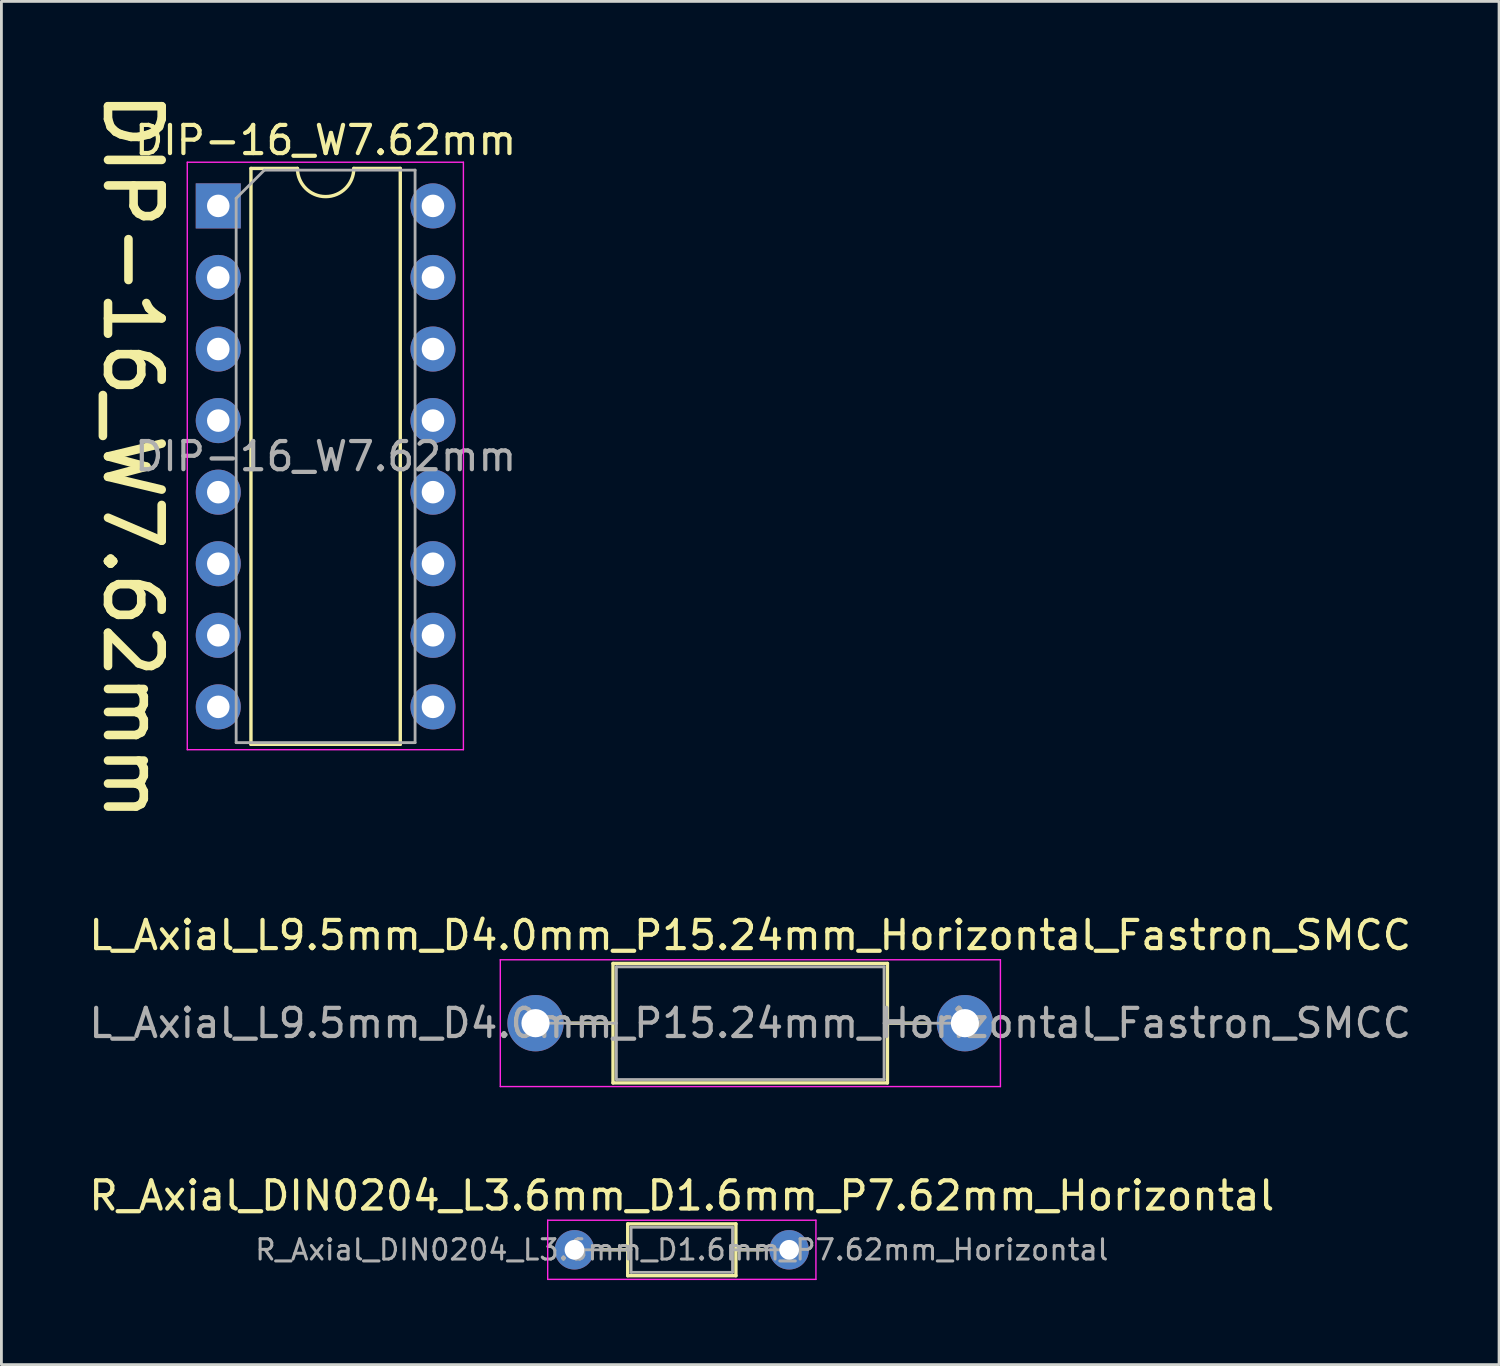
<source format=kicad_pcb>
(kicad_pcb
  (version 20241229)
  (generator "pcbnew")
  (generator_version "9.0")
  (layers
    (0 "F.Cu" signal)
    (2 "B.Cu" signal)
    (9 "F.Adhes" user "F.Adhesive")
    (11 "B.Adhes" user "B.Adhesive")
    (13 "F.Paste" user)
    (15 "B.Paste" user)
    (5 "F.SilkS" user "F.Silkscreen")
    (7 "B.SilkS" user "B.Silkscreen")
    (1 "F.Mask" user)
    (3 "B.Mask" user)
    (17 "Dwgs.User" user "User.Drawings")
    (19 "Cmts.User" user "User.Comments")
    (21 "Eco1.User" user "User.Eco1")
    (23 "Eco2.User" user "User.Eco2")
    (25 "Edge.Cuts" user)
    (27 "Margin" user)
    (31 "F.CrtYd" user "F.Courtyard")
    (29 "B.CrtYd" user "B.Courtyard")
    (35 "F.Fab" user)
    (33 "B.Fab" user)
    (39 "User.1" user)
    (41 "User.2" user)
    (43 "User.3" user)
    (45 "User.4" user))
  (footprint "DIP-16_W7.62mm"
    (layer "F.Cu")
    (at 4.697 4.258)
    (property "Reference" "DIP-16_W7.62mm" (at 3.81 -2.33 0) (layer "F.SilkS") (effects (font (size 1 1) (thickness 0.15))))
    (property "Value" "DIP-16_W7.62mm" (at 3.81 20.11 0) (layer "F.Fab") (hide yes) (effects (font (size 1 1) (thickness 0.15))))
    (attr through_hole)
    (fp_line (start 1.16 -1.33) (end 1.16 19.11) (stroke (width 0.12) (type solid)) (layer "F.SilkS"))
    (fp_line (start 1.16 19.11) (end 6.46 19.11) (stroke (width 0.12) (type solid)) (layer "F.SilkS"))
    (fp_line (start 2.81 -1.33) (end 1.16 -1.33) (stroke (width 0.12) (type solid)) (layer "F.SilkS"))
    (fp_line (start 6.46 -1.33) (end 4.81 -1.33) (stroke (width 0.12) (type solid)) (layer "F.SilkS"))
    (fp_line (start 6.46 19.11) (end 6.46 -1.33) (stroke (width 0.12) (type solid)) (layer "F.SilkS"))
    (fp_arc (start 4.81 -1.33) (mid 3.81 -0.33) (end 2.81 -1.33) (stroke (width 0.12) (type solid)) (layer "F.SilkS"))
    (fp_line (start -1.1 -1.55) (end -1.1 19.3) (stroke (width 0.05) (type solid)) (layer "F.CrtYd"))
    (fp_line (start -1.1 19.3) (end 8.7 19.3) (stroke (width 0.05) (type solid)) (layer "F.CrtYd"))
    (fp_line (start 8.7 -1.55) (end -1.1 -1.55) (stroke (width 0.05) (type solid)) (layer "F.CrtYd"))
    (fp_line (start 8.7 19.3) (end 8.7 -1.55) (stroke (width 0.05) (type solid)) (layer "F.CrtYd"))
    (fp_line (start 0.635 -0.27) (end 1.635 -1.27) (stroke (width 0.1) (type solid)) (layer "F.Fab"))
    (fp_line (start 0.635 19.05) (end 0.635 -0.27) (stroke (width 0.1) (type solid)) (layer "F.Fab"))
    (fp_line (start 1.635 -1.27) (end 6.985 -1.27) (stroke (width 0.1) (type solid)) (layer "F.Fab"))
    (fp_line (start 6.985 -1.27) (end 6.985 19.05) (stroke (width 0.1) (type solid)) (layer "F.Fab"))
    (fp_line (start 6.985 19.05) (end 0.635 19.05) (stroke (width 0.1) (type solid)) (layer "F.Fab"))
    (fp_text user "${VALUE}" (at -3.048 8.89 270) (unlocked yes) (layer "F.SilkS") (effects (font (size 1.905 1.905) (thickness 0.305))))
    (fp_text user "${REFERENCE}" (at 3.81 8.89 0) (layer "F.Fab") (effects (font (size 1 1) (thickness 0.15))))
    (pad "1" thru_hole rect (at 0 0) (size 1.6 1.6) (drill 0.8) (layers "*.Cu" "*.Mask"))
    (pad "2" thru_hole oval (at 0 2.54) (size 1.6 1.6) (drill 0.8) (layers "*.Cu" "*.Mask"))
    (pad "3" thru_hole oval (at 0 5.08) (size 1.6 1.6) (drill 0.8) (layers "*.Cu" "*.Mask"))
    (pad "4" thru_hole oval (at 0 7.62) (size 1.6 1.6) (drill 0.8) (layers "*.Cu" "*.Mask"))
    (pad "5" thru_hole oval (at 0 10.16) (size 1.6 1.6) (drill 0.8) (layers "*.Cu" "*.Mask"))
    (pad "6" thru_hole oval (at 0 12.7) (size 1.6 1.6) (drill 0.8) (layers "*.Cu" "*.Mask"))
    (pad "7" thru_hole oval (at 0 15.24) (size 1.6 1.6) (drill 0.8) (layers "*.Cu" "*.Mask"))
    (pad "8" thru_hole oval (at 0 17.78) (size 1.6 1.6) (drill 0.8) (layers "*.Cu" "*.Mask"))
    (pad "9" thru_hole oval (at 7.62 17.78) (size 1.6 1.6) (drill 0.8) (layers "*.Cu" "*.Mask"))
    (pad "10" thru_hole oval (at 7.62 15.24) (size 1.6 1.6) (drill 0.8) (layers "*.Cu" "*.Mask"))
    (pad "11" thru_hole oval (at 7.62 12.7) (size 1.6 1.6) (drill 0.8) (layers "*.Cu" "*.Mask"))
    (pad "12" thru_hole oval (at 7.62 10.16) (size 1.6 1.6) (drill 0.8) (layers "*.Cu" "*.Mask"))
    (pad "13" thru_hole oval (at 7.62 7.62) (size 1.6 1.6) (drill 0.8) (layers "*.Cu" "*.Mask"))
    (pad "14" thru_hole oval (at 7.62 5.08) (size 1.6 1.6) (drill 0.8) (layers "*.Cu" "*.Mask"))
    (pad "15" thru_hole oval (at 7.62 2.54) (size 1.6 1.6) (drill 0.8) (layers "*.Cu" "*.Mask"))
    (pad "16" thru_hole oval (at 7.62 0) (size 1.6 1.6) (drill 0.8) (layers "*.Cu" "*.Mask")))
  (footprint "L_Axial_L9.5mm_D4.0mm_P15.24mm_Horizontal_Fastron_SMCC"
    (layer "F.Cu")
    (at 15.957 33.265)
    (property "Reference" "L_Axial_L9.5mm_D4.0mm_P15.24mm_Horizontal_Fastron_SMCC" (at 7.62 -3.12 0) (layer "F.SilkS") (effects (font (size 1 1) (thickness 0.15))))
    (attr through_hole)
    (fp_line (start 1.24 0) (end 2.75 0) (stroke (width 0.12) (type solid)) (layer "F.SilkS"))
    (fp_line (start 2.75 -2.12) (end 2.75 2.12) (stroke (width 0.12) (type solid)) (layer "F.SilkS"))
    (fp_line (start 2.75 2.12) (end 12.49 2.12) (stroke (width 0.12) (type solid)) (layer "F.SilkS"))
    (fp_line (start 12.49 -2.12) (end 2.75 -2.12) (stroke (width 0.12) (type solid)) (layer "F.SilkS"))
    (fp_line (start 12.49 2.12) (end 12.49 -2.12) (stroke (width 0.12) (type solid)) (layer "F.SilkS"))
    (fp_line (start 14 0) (end 12.49 0) (stroke (width 0.12) (type solid)) (layer "F.SilkS"))
    (fp_line (start -1.25 -2.25) (end -1.25 2.25) (stroke (width 0.05) (type solid)) (layer "F.CrtYd"))
    (fp_line (start -1.25 2.25) (end 16.5 2.25) (stroke (width 0.05) (type solid)) (layer "F.CrtYd"))
    (fp_line (start 16.5 -2.25) (end -1.25 -2.25) (stroke (width 0.05) (type solid)) (layer "F.CrtYd"))
    (fp_line (start 16.5 2.25) (end 16.5 -2.25) (stroke (width 0.05) (type solid)) (layer "F.CrtYd"))
    (fp_line (start 0 0) (end 2.87 0) (stroke (width 0.1) (type solid)) (layer "F.Fab"))
    (fp_line (start 2.87 -2) (end 2.87 2) (stroke (width 0.1) (type solid)) (layer "F.Fab"))
    (fp_line (start 2.87 2) (end 12.37 2) (stroke (width 0.1) (type solid)) (layer "F.Fab"))
    (fp_line (start 12.37 -2) (end 2.87 -2) (stroke (width 0.1) (type solid)) (layer "F.Fab"))
    (fp_line (start 12.37 2) (end 12.37 -2) (stroke (width 0.1) (type solid)) (layer "F.Fab"))
    (fp_line (start 15.24 0) (end 12.37 0) (stroke (width 0.1) (type solid)) (layer "F.Fab"))
    (fp_text user "${REFERENCE}" (at 7.62 0 0) (layer "F.Fab") (effects (font (size 1 1) (thickness 0.15))))
    (pad "1" thru_hole circle (at 0 0) (size 2 2) (drill 1) (layers "*.Cu" "*.Mask"))
    (pad "2" thru_hole oval (at 15.24 0) (size 2 2) (drill 1) (layers "*.Cu" "*.Mask")))
  (footprint "R_Axial_DIN0204_L3.6mm_D1.6mm_P7.62mm_Horizontal"
    (layer "F.Cu")
    (at 17.339 41.308)
    (property "Reference" "R_Axial_DIN0204_L3.6mm_D1.6mm_P7.62mm_Horizontal" (at 3.81 -1.92 0) (layer "F.SilkS") (effects (font (size 1 1) (thickness 0.15))))
    (attr through_hole)
    (fp_line (start 0.94 0) (end 1.89 0) (stroke (width 0.12) (type solid)) (layer "F.SilkS"))
    (fp_line (start 1.89 -0.92) (end 1.89 0.92) (stroke (width 0.12) (type solid)) (layer "F.SilkS"))
    (fp_line (start 1.89 0.92) (end 5.73 0.92) (stroke (width 0.12) (type solid)) (layer "F.SilkS"))
    (fp_line (start 5.73 -0.92) (end 1.89 -0.92) (stroke (width 0.12) (type solid)) (layer "F.SilkS"))
    (fp_line (start 5.73 0.92) (end 5.73 -0.92) (stroke (width 0.12) (type solid)) (layer "F.SilkS"))
    (fp_line (start 6.68 0) (end 5.73 0) (stroke (width 0.12) (type solid)) (layer "F.SilkS"))
    (fp_line (start -0.95 -1.05) (end -0.95 1.05) (stroke (width 0.05) (type solid)) (layer "F.CrtYd"))
    (fp_line (start -0.95 1.05) (end 8.57 1.05) (stroke (width 0.05) (type solid)) (layer "F.CrtYd"))
    (fp_line (start 8.57 -1.05) (end -0.95 -1.05) (stroke (width 0.05) (type solid)) (layer "F.CrtYd"))
    (fp_line (start 8.57 1.05) (end 8.57 -1.05) (stroke (width 0.05) (type solid)) (layer "F.CrtYd"))
    (fp_line (start 0 0) (end 2.01 0) (stroke (width 0.1) (type solid)) (layer "F.Fab"))
    (fp_line (start 2.01 -0.8) (end 2.01 0.8) (stroke (width 0.1) (type solid)) (layer "F.Fab"))
    (fp_line (start 2.01 0.8) (end 5.61 0.8) (stroke (width 0.1) (type solid)) (layer "F.Fab"))
    (fp_line (start 5.61 -0.8) (end 2.01 -0.8) (stroke (width 0.1) (type solid)) (layer "F.Fab"))
    (fp_line (start 5.61 0.8) (end 5.61 -0.8) (stroke (width 0.1) (type solid)) (layer "F.Fab"))
    (fp_line (start 7.62 0) (end 5.61 0) (stroke (width 0.1) (type solid)) (layer "F.Fab"))
    (fp_text user "${REFERENCE}" (at 3.81 0 0) (layer "F.Fab") (effects (font (size 0.72 0.72) (thickness 0.108))))
    (pad "1" thru_hole circle (at 0 0) (size 1.4 1.4) (drill 0.7) (layers "*.Cu" "*.Mask"))
    (pad "2" thru_hole oval (at 7.62 0) (size 1.4 1.4) (drill 0.7) (layers "*.Cu" "*.Mask")))
  (gr_rect
    (start -3 -3)
    (end 50.155 45.383)
    (stroke (width 0.1) (type default))
    (fill no)
    (layer "Edge.Cuts")))
</source>
